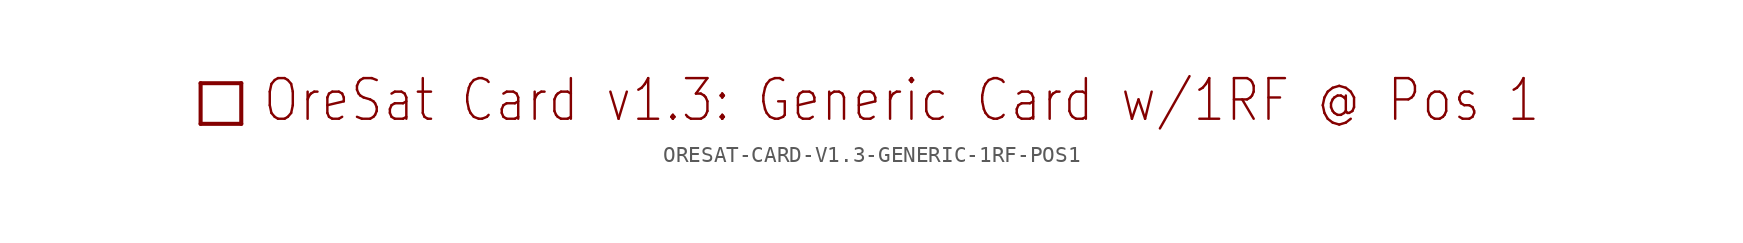
<source format=kicad_sym>
(kicad_symbol_lib
  (version 20211014)
  (generator kicad_symbol_editor)
  (symbol "ORESAT-CARD-V1.3-GENERIC-1RF-POS1"
    (property "Reference" "PCB"
      (at 0 0 0)
      (effects (font (size 1.27 1.27)) hide))
    (property "ki_locked" ""
      (at 0 0 0)
      (effects (font (size 1.27 1.27))))
    (symbol "ORESAT-CARD-V1.3-GENERIC-1RF-POS1_1_0"
      (polyline (pts (xy -1.27 -1.27) (xy 1.27 -1.27)) (stroke (width 0.254) (type default) (color 0 0 0 0)) (fill (type none)))
      (polyline (pts (xy -1.27 1.27) (xy -1.27 -1.27)) (stroke (width 0.254) (type default) (color 0 0 0 0)) (fill (type none)))
      (polyline (pts (xy 1.27 -1.27) (xy 1.27 1.27)) (stroke (width 0.254) (type default) (color 0 0 0 0)) (fill (type none)))
      (polyline (pts (xy 1.27 1.27) (xy -1.27 1.27)) (stroke (width 0.254) (type default) (color 0 0 0 0)) (fill (type none)))
      (text "OreSat Card v1.3: Generic Card w/1RF @ Pos 1" (at 2.54 -1.27 0) (effects (font (size 2.54 2.159)) (justify left bottom))))))
</source>
